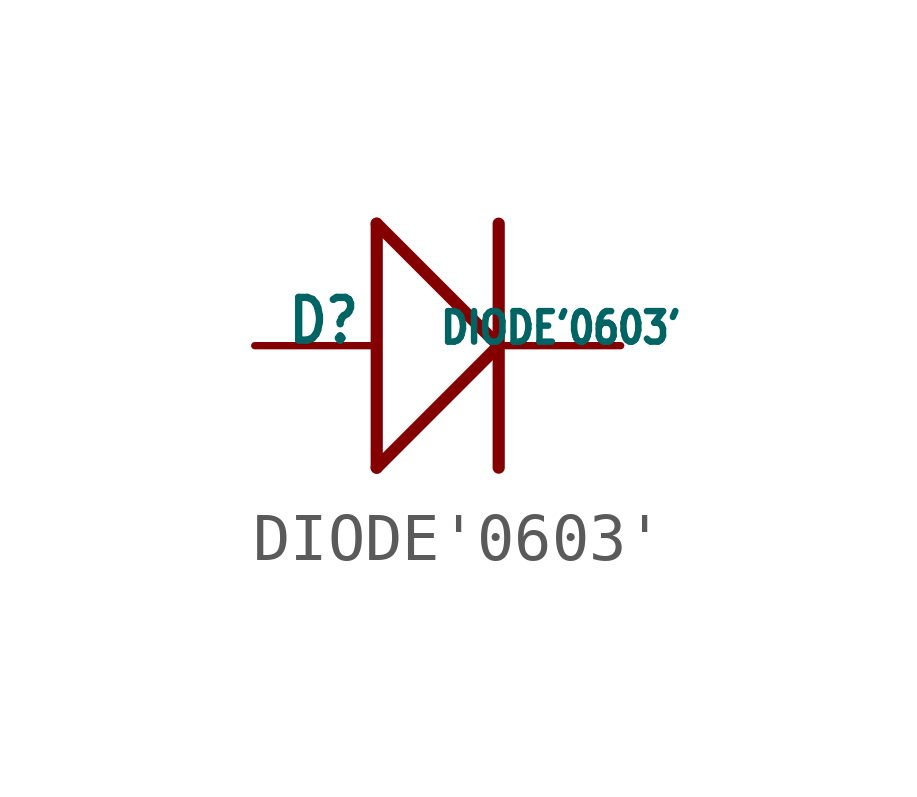
<source format=kicad_sym>
(kicad_symbol_lib
  (version 20211014)
  (generator kicad_symbol_editor)
  (symbol "DIODE'0603'"
    (property "Reference" "D"
      (at -3.175 0 0)
      (effects (font (size 0.889 0.756)) (justify left bottom)))
    (property "Value" "DIODE'0603'"
      (at 0 0 0)
      (effects (font (size 0.635 0.54)) (justify left bottom)))
    (property "ki_locked" ""
      (at 0 0 0)
      (effects (font (size 1.27 1.27))))
    (symbol "DIODE'0603'_1_0"
      (polyline (pts (xy -1.27 -2.54) (xy -1.27 2.54)) (stroke (width 0.254) (type default) (color 0 0 0 0)) (fill (type none)))
      (polyline (pts (xy -1.27 -2.54) (xy 1.27 0)) (stroke (width 0.254) (type default) (color 0 0 0 0)) (fill (type none)))
      (polyline (pts (xy -1.27 2.54) (xy 1.27 0)) (stroke (width 0.254) (type default) (color 0 0 0 0)) (fill (type none)))
      (polyline (pts (xy 1.27 2.54) (xy 1.27 -2.54)) (stroke (width 0.254) (type default) (color 0 0 0 0)) (fill (type none)))
      (pin passive line (at -3.81 0 0) (length 2.54) (name "+" (effects (font (size 0 0)))) (number "+" (effects (font (size 0 0)))))
      (pin passive line (at 3.81 0 180) (length 2.54) (name "-" (effects (font (size 0 0)))) (number "-" (effects (font (size 0 0))))))))
</source>
